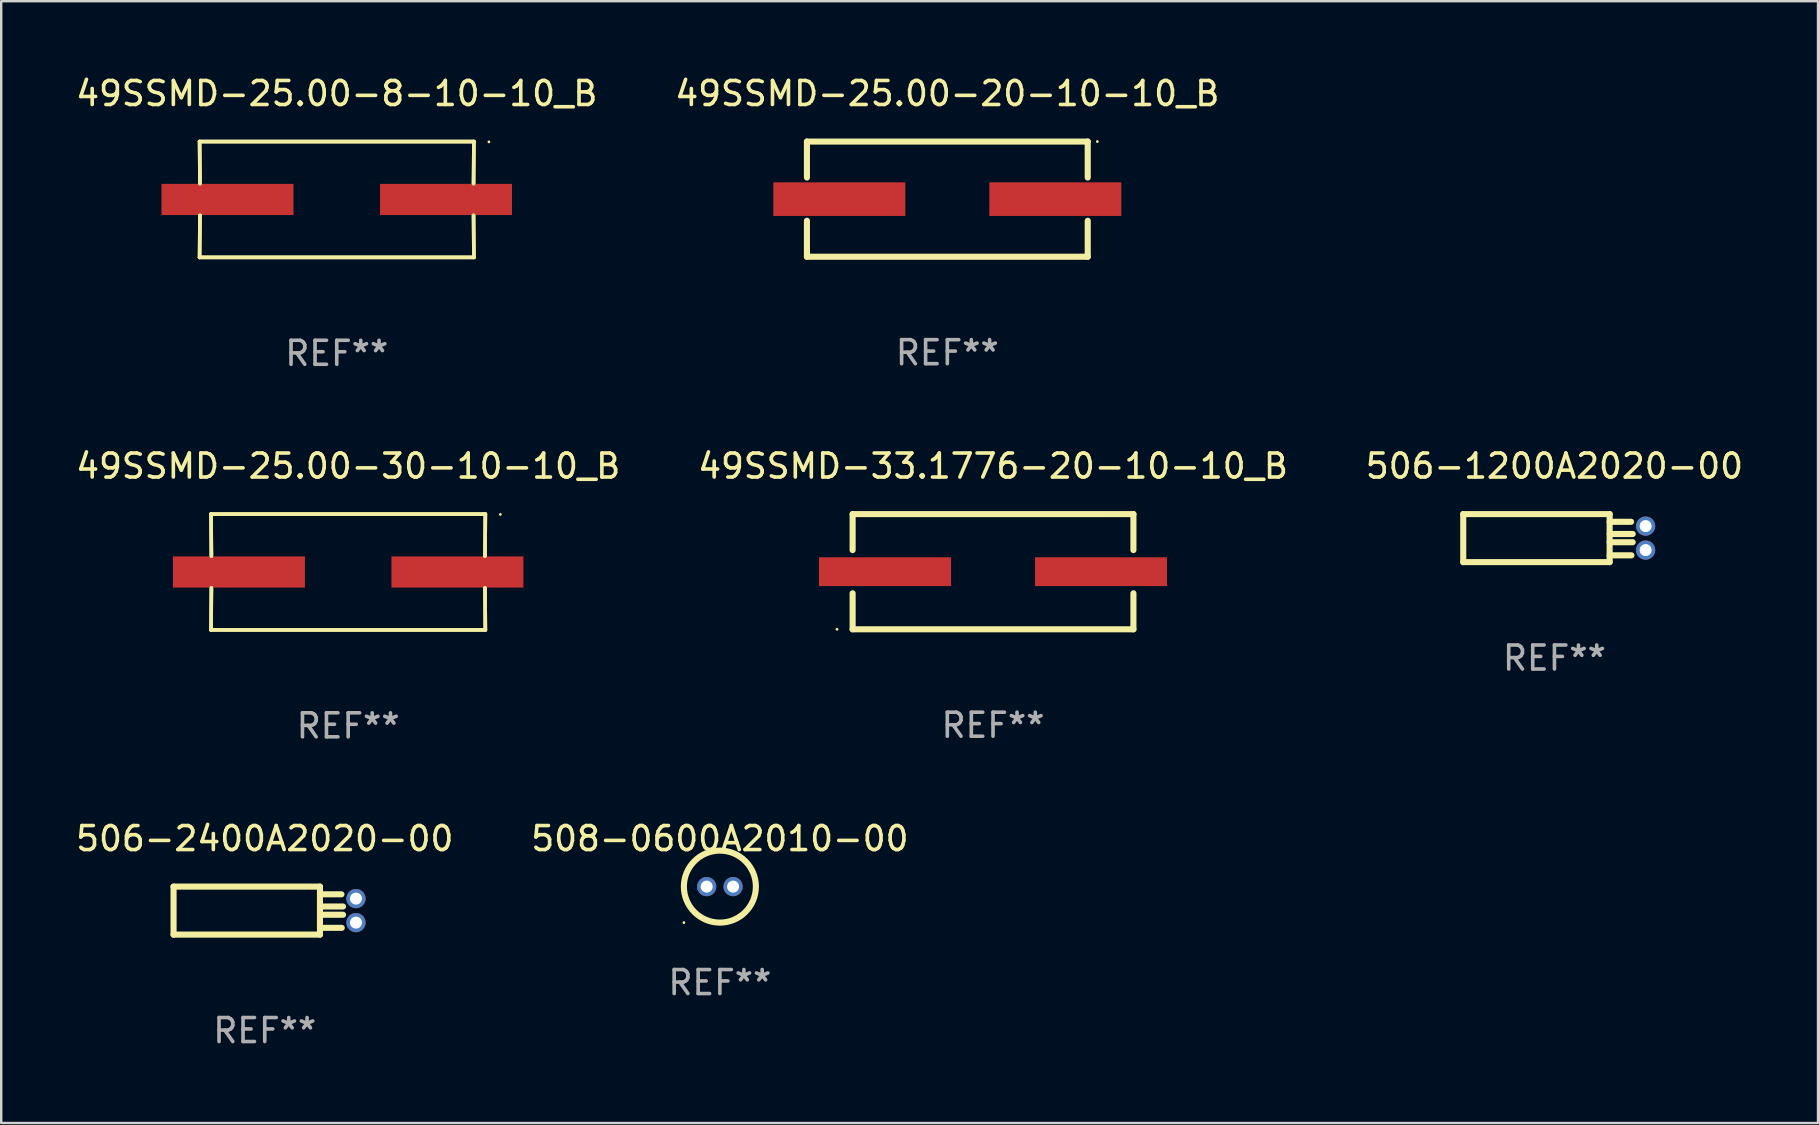
<source format=kicad_pcb>
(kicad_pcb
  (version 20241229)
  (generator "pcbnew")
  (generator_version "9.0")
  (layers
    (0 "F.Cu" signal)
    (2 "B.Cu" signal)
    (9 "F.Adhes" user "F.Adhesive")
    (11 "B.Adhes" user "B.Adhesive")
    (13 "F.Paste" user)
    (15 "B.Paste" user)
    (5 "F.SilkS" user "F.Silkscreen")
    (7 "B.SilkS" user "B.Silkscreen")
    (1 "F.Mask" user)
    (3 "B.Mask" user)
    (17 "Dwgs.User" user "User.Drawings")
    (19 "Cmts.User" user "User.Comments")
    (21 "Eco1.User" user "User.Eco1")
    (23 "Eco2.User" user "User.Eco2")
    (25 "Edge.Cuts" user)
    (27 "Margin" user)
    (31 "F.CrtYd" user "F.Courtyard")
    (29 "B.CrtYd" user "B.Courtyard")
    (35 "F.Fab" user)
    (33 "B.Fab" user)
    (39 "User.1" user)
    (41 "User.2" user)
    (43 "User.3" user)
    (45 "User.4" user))
  (footprint "506-1200A2020-00"
    (layer "F.Cu")
    (at 61.72 19.371)
    (property "Reference" "506-1200A2020-00" (at 0 -3 0) (layer "F.SilkS") (effects (font (size 1 1) (thickness 0.15))))
    (attr through_hole)
    (fp_line (start -3.8 1) (end -3.8 -1) (stroke (width 0.254) (type solid)) (layer "F.SilkS"))
    (fp_line (start 2.3 -1) (end -3.8 -1) (stroke (width 0.254) (type solid)) (layer "F.SilkS"))
    (fp_line (start 2.3 -1) (end 2.3 1) (stroke (width 0.254) (type solid)) (layer "F.SilkS"))
    (fp_line (start 2.3 -0.679) (end 3.195 -0.679) (stroke (width 0.254) (type solid)) (layer "F.SilkS"))
    (fp_line (start 2.3 -0.171) (end 3.262 -0.171) (stroke (width 0.254) (type solid)) (layer "F.SilkS"))
    (fp_line (start 2.3 0.172) (end 3.261 0.172) (stroke (width 0.254) (type solid)) (layer "F.SilkS"))
    (fp_line (start 2.3 0.718) (end 3.208 0.718) (stroke (width 0.254) (type solid)) (layer "F.SilkS"))
    (fp_line (start 2.3 1) (end -3.8 1) (stroke (width 0.254) (type solid)) (layer "F.SilkS"))
    (fp_circle (center -3.8 -1) (end -3.77 -1) (stroke (width 0.06) (type solid)) (fill no) (layer "F.SilkS"))
    (fp_text user "REF**" (at 0 5 0) (layer "F.Fab") (effects (font (size 1 1) (thickness 0.15))))
    (pad "1" thru_hole circle (at 3.8 -0.5) (size 0.8 0.8) (drill 0.5) (layers "*.Cu" "*.Mask"))
    (pad "2" thru_hole circle (at 3.8 0.5) (size 0.8 0.8) (drill 0.5) (layers "*.Cu" "*.Mask")))
  (footprint "49SSMD-33.1776-20-10-10_B"
    (layer "F.Cu")
    (at 38.327 20.771)
    (property "Reference" "49SSMD-33.1776-20-10-10_B" (at 0 -4.4 0) (layer "F.SilkS") (effects (font (size 1 1) (thickness 0.15))))
    (attr through_hole)
    (fp_line (start -5.85 -2.4) (end 5.85 -2.4) (stroke (width 0.254) (type solid)) (layer "F.SilkS"))
    (fp_line (start -5.85 -2.4) (end -5.85 -0.9) (stroke (width 0.254) (type solid)) (layer "F.SilkS"))
    (fp_line (start -5.85 2.4) (end 5.85 2.4) (stroke (width 0.254) (type solid)) (layer "F.SilkS"))
    (fp_line (start -5.85 0.9) (end -5.85 2.4) (stroke (width 0.254) (type solid)) (layer "F.SilkS"))
    (fp_line (start 5.85 -2.4) (end 5.85 -0.9) (stroke (width 0.254) (type solid)) (layer "F.SilkS"))
    (fp_line (start 5.85 0.9) (end 5.85 2.4) (stroke (width 0.254) (type solid)) (layer "F.SilkS"))
    (fp_circle (center -6.5 2.4) (end -6.47 2.4) (stroke (width 0.06) (type solid)) (fill no) (layer "F.SilkS"))
    (fp_text user "REF**" (at 0 6.4 0) (layer "F.Fab") (effects (font (size 1 1) (thickness 0.15))))
    (pad "1" smd rect (at -4.5 -0.000025) (size 5.5 1.2) (layers "F.Cu" "F.Mask" "F.Paste"))
    (pad "2" smd rect (at 4.5 -0.000025) (size 5.5 1.2) (layers "F.Cu" "F.Mask" "F.Paste")))
  (footprint "508-0600A2010-00"
    (layer "F.Cu")
    (at 26.946 33.893)
    (property "Reference" "508-0600A2010-00" (at 0 -2 0) (layer "F.SilkS") (effects (font (size 1 1) (thickness 0.15))))
    (attr through_hole)
    (fp_circle (center -1.5 1.5) (end -1.47 1.5) (stroke (width 0.06) (type solid)) (fill no) (layer "F.SilkS"))
    (fp_circle (center 0 0) (end 1.5 0) (stroke (width 0.254) (type solid)) (fill no) (layer "F.SilkS"))
    (fp_text user "REF**" (at 0 4 0) (layer "F.Fab") (effects (font (size 1 1) (thickness 0.15))))
    (pad "1" thru_hole circle (at -0.55 0) (size 0.8 0.8) (drill 0.5) (layers "*.Cu" "*.Mask"))
    (pad "2" thru_hole circle (at 0.55 0) (size 0.8 0.8) (drill 0.5) (layers "*.Cu" "*.Mask")))
  (footprint "49SSMD-25.00-20-10-10_B"
    (layer "F.Cu")
    (at 36.423 5.248)
    (property "Reference" "49SSMD-25.00-20-10-10_B" (at 0 -4.4 0) (layer "F.SilkS") (effects (font (size 1 1) (thickness 0.15))))
    (attr through_hole)
    (fp_line (start -5.85 -0.9) (end -5.85 -2.4) (stroke (width 0.254) (type solid)) (layer "F.SilkS"))
    (fp_line (start -5.85 2.4) (end -5.85 0.9) (stroke (width 0.254) (type solid)) (layer "F.SilkS"))
    (fp_line (start 5.85 -0.9) (end 5.85 -2.4) (stroke (width 0.254) (type solid)) (layer "F.SilkS"))
    (fp_line (start 5.85 -2.4) (end -5.85 -2.4) (stroke (width 0.254) (type solid)) (layer "F.SilkS"))
    (fp_line (start 5.85 2.4) (end 5.85 0.9) (stroke (width 0.254) (type solid)) (layer "F.SilkS"))
    (fp_line (start 5.85 2.4) (end -5.85 2.4) (stroke (width 0.254) (type solid)) (layer "F.SilkS"))
    (fp_circle (center 6.25 -2.4) (end 6.28 -2.4) (stroke (width 0.06) (type solid)) (fill no) (layer "F.SilkS"))
    (fp_text user "REF**" (at 0 6.4 0) (layer "F.Fab") (effects (font (size 1 1) (thickness 0.15))))
    (pad "1" smd rect (at 4.5 -0.000025 180) (size 5.5 1.4) (layers "F.Cu" "F.Mask" "F.Paste"))
    (pad "2" smd rect (at -4.5 -0.000025 180) (size 5.5 1.4) (layers "F.Cu" "F.Mask" "F.Paste")))
  (footprint "49SSMD-25.00-8-10-10_B"
    (layer "F.Cu")
    (at 10.982 5.261)
    (property "Reference" "49SSMD-25.00-8-10-10_B" (at 0 -4.413 0) (layer "F.SilkS") (effects (font (size 1 1) (thickness 0.15))))
    (attr through_hole)
    (fp_line (start -5.715 -2.413) (end -5.7 -0.662) (stroke (width 0.152) (type solid)) (layer "F.SilkS"))
    (fp_line (start -5.715 -2.413) (end -5.7 -0.662) (stroke (width 0.152) (type solid)) (layer "F.SilkS"))
    (fp_line (start -5.715 2.413) (end 5.715 2.413) (stroke (width 0.152) (type solid)) (layer "F.SilkS"))
    (fp_line (start -5.715 2.413) (end 5.715 2.413) (stroke (width 0.152) (type solid)) (layer "F.SilkS"))
    (fp_line (start -5.7 0.662) (end -5.715 2.413) (stroke (width 0.152) (type solid)) (layer "F.SilkS"))
    (fp_line (start -5.7 0.662) (end -5.715 2.413) (stroke (width 0.152) (type solid)) (layer "F.SilkS"))
    (fp_line (start 5.7 -0.662) (end 5.715 -2.413) (stroke (width 0.152) (type solid)) (layer "F.SilkS"))
    (fp_line (start 5.7 -0.662) (end 5.715 -2.413) (stroke (width 0.152) (type solid)) (layer "F.SilkS"))
    (fp_line (start 5.715 -2.413) (end -5.715 -2.413) (stroke (width 0.152) (type solid)) (layer "F.SilkS"))
    (fp_line (start 5.715 -2.413) (end -5.715 -2.413) (stroke (width 0.152) (type solid)) (layer "F.SilkS"))
    (fp_line (start 5.715 2.413) (end 5.7 0.662) (stroke (width 0.152) (type solid)) (layer "F.SilkS"))
    (fp_line (start 5.715 2.413) (end 5.7 0.662) (stroke (width 0.152) (type solid)) (layer "F.SilkS"))
    (fp_circle (center 6.34 -2.4) (end 6.37 -2.4) (stroke (width 0.06) (type solid)) (fill no) (layer "F.SilkS"))
    (fp_text user "REF**" (at 0 6.413 0) (layer "F.Fab") (effects (font (size 1 1) (thickness 0.15))))
    (pad "1" smd rect (at 4.553 0) (size 5.5 1.3) (layers "F.Cu" "F.Mask" "F.Paste"))
    (pad "2" smd rect (at -4.553 0) (size 5.5 1.3) (layers "F.Cu" "F.Mask" "F.Paste")))
  (footprint "506-2400A2020-00"
    (layer "F.Cu")
    (at 7.982 34.893)
    (property "Reference" "506-2400A2020-00" (at 0 -3 0) (layer "F.SilkS") (effects (font (size 1 1) (thickness 0.15))))
    (attr through_hole)
    (fp_line (start -3.8 1) (end -3.8 -1) (stroke (width 0.254) (type solid)) (layer "F.SilkS"))
    (fp_line (start 2.3 -1) (end -3.8 -1) (stroke (width 0.254) (type solid)) (layer "F.SilkS"))
    (fp_line (start 2.3 -1) (end 2.3 1) (stroke (width 0.254) (type solid)) (layer "F.SilkS"))
    (fp_line (start 2.3 -0.679) (end 3.195 -0.679) (stroke (width 0.254) (type solid)) (layer "F.SilkS"))
    (fp_line (start 2.3 -0.171) (end 3.262 -0.171) (stroke (width 0.254) (type solid)) (layer "F.SilkS"))
    (fp_line (start 2.3 0.172) (end 3.261 0.172) (stroke (width 0.254) (type solid)) (layer "F.SilkS"))
    (fp_line (start 2.3 0.718) (end 3.208 0.718) (stroke (width 0.254) (type solid)) (layer "F.SilkS"))
    (fp_line (start 2.3 1) (end -3.8 1) (stroke (width 0.254) (type solid)) (layer "F.SilkS"))
    (fp_circle (center -3.8 -1) (end -3.77 -1) (stroke (width 0.06) (type solid)) (fill no) (layer "F.SilkS"))
    (fp_text user "REF**" (at 0 5 0) (layer "F.Fab") (effects (font (size 1 1) (thickness 0.15))))
    (pad "1" thru_hole circle (at 3.8 -0.5) (size 0.8 0.8) (drill 0.5) (layers "*.Cu" "*.Mask"))
    (pad "2" thru_hole circle (at 3.8 0.5) (size 0.8 0.8) (drill 0.5) (layers "*.Cu" "*.Mask")))
  (footprint "49SSMD-25.00-30-10-10_B"
    (layer "F.Cu")
    (at 11.458 20.784)
    (property "Reference" "49SSMD-25.00-30-10-10_B" (at 0 -4.413 0) (layer "F.SilkS") (effects (font (size 1 1) (thickness 0.15))))
    (attr through_hole)
    (fp_line (start -5.715 -2.413) (end -5.7 -0.662) (stroke (width 0.152) (type solid)) (layer "F.SilkS"))
    (fp_line (start -5.715 -2.413) (end -5.7 -0.662) (stroke (width 0.152) (type solid)) (layer "F.SilkS"))
    (fp_line (start -5.715 2.413) (end 5.715 2.413) (stroke (width 0.152) (type solid)) (layer "F.SilkS"))
    (fp_line (start -5.715 2.413) (end 5.715 2.413) (stroke (width 0.152) (type solid)) (layer "F.SilkS"))
    (fp_line (start -5.7 0.662) (end -5.715 2.413) (stroke (width 0.152) (type solid)) (layer "F.SilkS"))
    (fp_line (start -5.7 0.662) (end -5.715 2.413) (stroke (width 0.152) (type solid)) (layer "F.SilkS"))
    (fp_line (start 5.7 -0.662) (end 5.715 -2.413) (stroke (width 0.152) (type solid)) (layer "F.SilkS"))
    (fp_line (start 5.7 -0.662) (end 5.715 -2.413) (stroke (width 0.152) (type solid)) (layer "F.SilkS"))
    (fp_line (start 5.715 -2.413) (end -5.715 -2.413) (stroke (width 0.152) (type solid)) (layer "F.SilkS"))
    (fp_line (start 5.715 -2.413) (end -5.715 -2.413) (stroke (width 0.152) (type solid)) (layer "F.SilkS"))
    (fp_line (start 5.715 2.413) (end 5.7 0.662) (stroke (width 0.152) (type solid)) (layer "F.SilkS"))
    (fp_line (start 5.715 2.413) (end 5.7 0.662) (stroke (width 0.152) (type solid)) (layer "F.SilkS"))
    (fp_circle (center 6.34 -2.4) (end 6.37 -2.4) (stroke (width 0.06) (type solid)) (fill no) (layer "F.SilkS"))
    (fp_text user "REF**" (at 0 6.413 0) (layer "F.Fab") (effects (font (size 1 1) (thickness 0.15))))
    (pad "1" smd rect (at 4.553 0) (size 5.5 1.3) (layers "F.Cu" "F.Mask" "F.Paste"))
    (pad "2" smd rect (at -4.553 0) (size 5.5 1.3) (layers "F.Cu" "F.Mask" "F.Paste")))
  (gr_rect
    (start -3 -3)
    (end 72.702 43.742)
    (stroke (width 0.1) (type default))
    (fill no)
    (layer "Edge.Cuts")))
</source>
